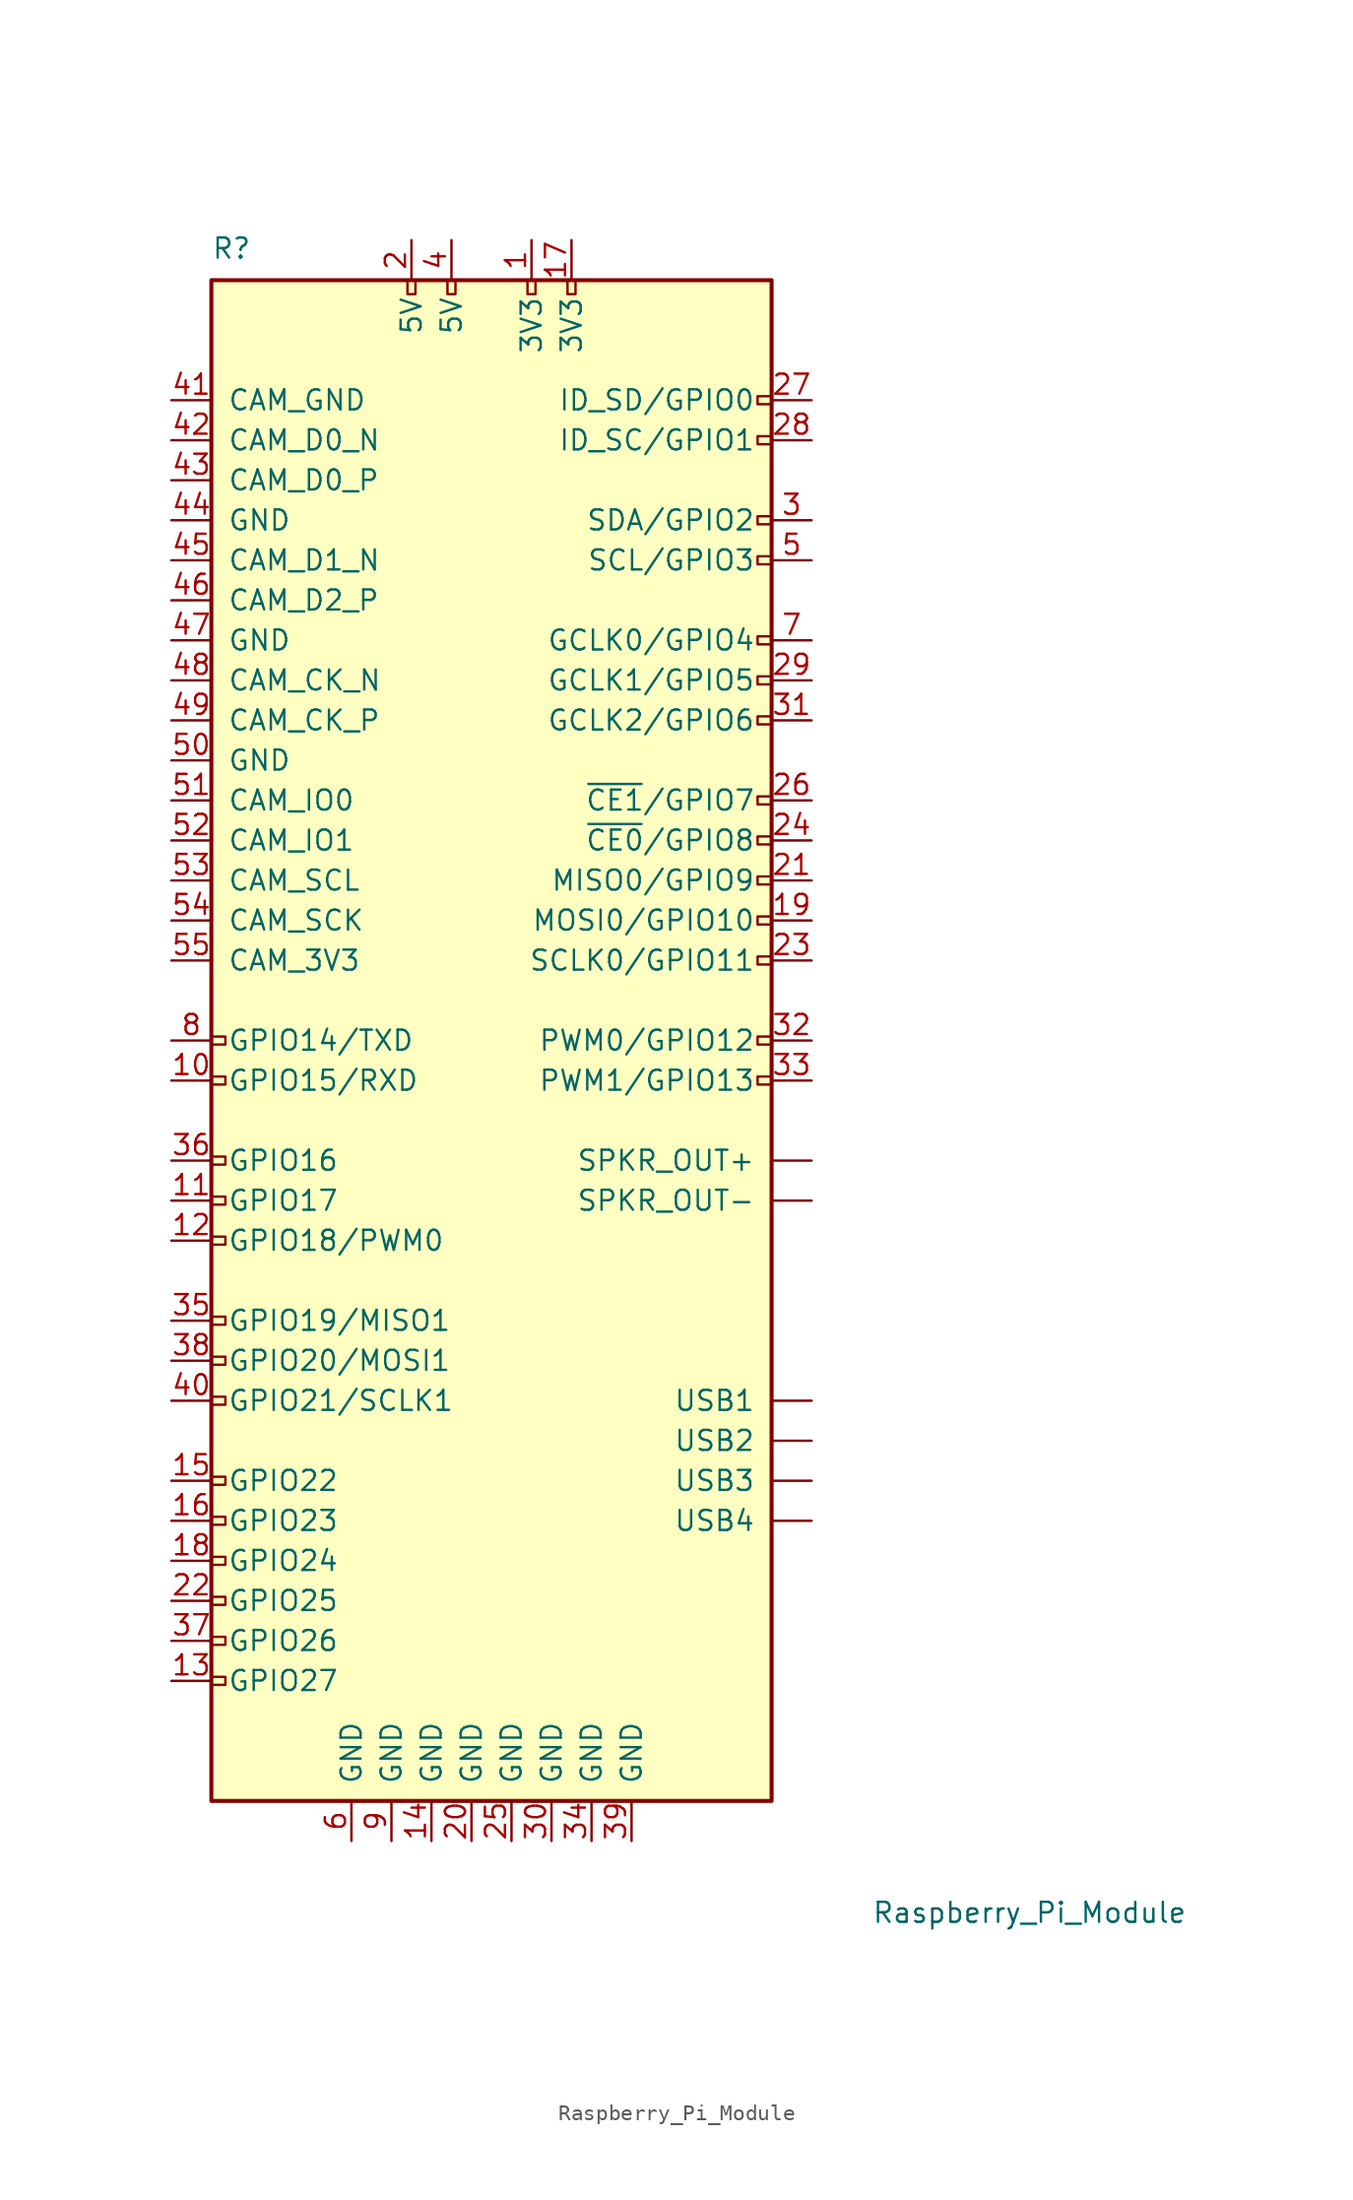
<source format=kicad_sym>
(kicad_symbol_lib
  (version 20220914)
  (generator kicad_symbol_editor)
  (symbol "Raspberry_Pi_Module"
    (pin_names
      (offset 1.016))
    (property "Reference" "R"
      (at -17.78 52.07 0)
      (effects (font (size 1.27 1.27)) (justify left bottom)))
    (property "Value" "Raspberry_Pi_Module"
      (at 24.13 -52.07 0)
      (effects (font (size 1.27 1.27)) (justify left top)))
    (symbol "Raspberry_Pi_Module_0_1"
      (rectangle (start -17.78 50.8) (end 17.78 -45.72) (stroke (width 0.254) (type default)) (fill (type background))))
    (symbol "Raspberry_Pi_Module_1_1"
      (rectangle (start -16.891 -37.846) (end -17.78 -38.354) (stroke (width 0) (type default)) (fill (type none)))
      (rectangle (start -16.891 -35.306) (end -17.78 -35.814) (stroke (width 0) (type default)) (fill (type none)))
      (rectangle (start -16.891 -32.766) (end -17.78 -33.274) (stroke (width 0) (type default)) (fill (type none)))
      (rectangle (start -16.891 -30.226) (end -17.78 -30.734) (stroke (width 0) (type default)) (fill (type none)))
      (rectangle (start -16.891 -27.686) (end -17.78 -28.194) (stroke (width 0) (type default)) (fill (type none)))
      (rectangle (start -16.891 -25.146) (end -17.78 -25.654) (stroke (width 0) (type default)) (fill (type none)))
      (rectangle (start -16.891 -20.066) (end -17.78 -20.574) (stroke (width 0) (type default)) (fill (type none)))
      (rectangle (start -16.891 -17.526) (end -17.78 -18.034) (stroke (width 0) (type default)) (fill (type none)))
      (rectangle (start -16.891 -14.986) (end -17.78 -15.494) (stroke (width 0) (type default)) (fill (type none)))
      (rectangle (start -16.891 -9.906) (end -17.78 -10.414) (stroke (width 0) (type default)) (fill (type none)))
      (rectangle (start -16.891 -7.366) (end -17.78 -7.874) (stroke (width 0) (type default)) (fill (type none)))
      (rectangle (start -16.891 -4.826) (end -17.78 -5.334) (stroke (width 0) (type default)) (fill (type none)))
      (rectangle (start -16.891 0.254) (end -17.78 -0.254) (stroke (width 0) (type default)) (fill (type none)))
      (rectangle (start -16.891 2.794) (end -17.78 2.286) (stroke (width 0) (type default)) (fill (type none)))
      (rectangle (start -5.334 50.8) (end -4.826 49.911) (stroke (width 0) (type default)) (fill (type none)))
      (rectangle (start -2.794 50.8) (end -2.286 49.911) (stroke (width 0) (type default)) (fill (type none)))
      (rectangle (start 2.286 50.8) (end 2.794 49.911) (stroke (width 0) (type default)) (fill (type none)))
      (rectangle (start 4.826 50.8) (end 5.334 49.911) (stroke (width 0) (type default)) (fill (type none)))
      (rectangle (start 17.78 0.254) (end 16.891 -0.254) (stroke (width 0) (type default)) (fill (type none)))
      (rectangle (start 17.78 2.794) (end 16.891 2.286) (stroke (width 0) (type default)) (fill (type none)))
      (rectangle (start 17.78 7.874) (end 16.891 7.366) (stroke (width 0) (type default)) (fill (type none)))
      (rectangle (start 17.78 10.414) (end 16.891 9.906) (stroke (width 0) (type default)) (fill (type none)))
      (rectangle (start 17.78 12.954) (end 16.891 12.446) (stroke (width 0) (type default)) (fill (type none)))
      (rectangle (start 17.78 15.494) (end 16.891 14.986) (stroke (width 0) (type default)) (fill (type none)))
      (rectangle (start 17.78 18.034) (end 16.891 17.526) (stroke (width 0) (type default)) (fill (type none)))
      (rectangle (start 17.78 23.114) (end 16.891 22.606) (stroke (width 0) (type default)) (fill (type none)))
      (rectangle (start 17.78 25.654) (end 16.891 25.146) (stroke (width 0) (type default)) (fill (type none)))
      (rectangle (start 17.78 28.194) (end 16.891 27.686) (stroke (width 0) (type default)) (fill (type none)))
      (rectangle (start 17.78 33.274) (end 16.891 32.766) (stroke (width 0) (type default)) (fill (type none)))
      (rectangle (start 17.78 35.814) (end 16.891 35.306) (stroke (width 0) (type default)) (fill (type none)))
      (rectangle (start 17.78 40.894) (end 16.891 40.386) (stroke (width 0) (type default)) (fill (type none)))
      (rectangle (start 17.78 43.434) (end 16.891 42.926) (stroke (width 0) (type default)) (fill (type none)))
      (pin input line (at 20.32 -5.08 180) (length 2.54) (name "SPKR_OUT+" (effects (font (size 1.27 1.27)))) (number "" (effects (font (size 1.27 1.27)))))
      (pin input line (at 20.32 -7.62 180) (length 2.54) (name "SPKR_OUT-" (effects (font (size 1.27 1.27)))) (number "" (effects (font (size 1.27 1.27)))))
      (pin input line (at 20.32 -20.32 180) (length 2.54) (name "USB1" (effects (font (size 1.27 1.27)))) (number "" (effects (font (size 1.27 1.27)))))
      (pin input line (at 20.32 -22.86 180) (length 2.54) (name "USB2" (effects (font (size 1.27 1.27)))) (number "" (effects (font (size 1.27 1.27)))))
      (pin input line (at 20.32 -25.4 180) (length 2.54) (name "USB3" (effects (font (size 1.27 1.27)))) (number "" (effects (font (size 1.27 1.27)))))
      (pin input line (at 20.32 -27.94 180) (length 2.54) (name "USB4" (effects (font (size 1.27 1.27)))) (number "" (effects (font (size 1.27 1.27)))))
      (pin power_in line (at 2.54 53.34 270) (length 2.54) (name "3V3" (effects (font (size 1.27 1.27)))) (number "1" (effects (font (size 1.27 1.27)))))
      (pin bidirectional line (at -20.32 0 0) (length 2.54) (name "GPIO15/RXD" (effects (font (size 1.27 1.27)))) (number "10" (effects (font (size 1.27 1.27)))))
      (pin bidirectional line (at -20.32 -7.62 0) (length 2.54) (name "GPIO17" (effects (font (size 1.27 1.27)))) (number "11" (effects (font (size 1.27 1.27)))))
      (pin bidirectional line (at -20.32 -10.16 0) (length 2.54) (name "GPIO18/PWM0" (effects (font (size 1.27 1.27)))) (number "12" (effects (font (size 1.27 1.27)))))
      (pin bidirectional line (at -20.32 -38.1 0) (length 2.54) (name "GPIO27" (effects (font (size 1.27 1.27)))) (number "13" (effects (font (size 1.27 1.27)))))
      (pin power_in line (at -3.81 -48.26 90) (length 2.54) (name "GND" (effects (font (size 1.27 1.27)))) (number "14" (effects (font (size 1.27 1.27)))))
      (pin bidirectional line (at -20.32 -25.4 0) (length 2.54) (name "GPIO22" (effects (font (size 1.27 1.27)))) (number "15" (effects (font (size 1.27 1.27)))))
      (pin bidirectional line (at -20.32 -27.94 0) (length 2.54) (name "GPIO23" (effects (font (size 1.27 1.27)))) (number "16" (effects (font (size 1.27 1.27)))))
      (pin power_in line (at 5.08 53.34 270) (length 2.54) (name "3V3" (effects (font (size 1.27 1.27)))) (number "17" (effects (font (size 1.27 1.27)))))
      (pin bidirectional line (at -20.32 -30.48 0) (length 2.54) (name "GPIO24" (effects (font (size 1.27 1.27)))) (number "18" (effects (font (size 1.27 1.27)))))
      (pin bidirectional line (at 20.32 10.16 180) (length 2.54) (name "MOSI0/GPIO10" (effects (font (size 1.27 1.27)))) (number "19" (effects (font (size 1.27 1.27)))))
      (pin power_in line (at -5.08 53.34 270) (length 2.54) (name "5V" (effects (font (size 1.27 1.27)))) (number "2" (effects (font (size 1.27 1.27)))))
      (pin power_in line (at -1.27 -48.26 90) (length 2.54) (name "GND" (effects (font (size 1.27 1.27)))) (number "20" (effects (font (size 1.27 1.27)))))
      (pin bidirectional line (at 20.32 12.7 180) (length 2.54) (name "MISO0/GPIO9" (effects (font (size 1.27 1.27)))) (number "21" (effects (font (size 1.27 1.27)))))
      (pin bidirectional line (at -20.32 -33.02 0) (length 2.54) (name "GPIO25" (effects (font (size 1.27 1.27)))) (number "22" (effects (font (size 1.27 1.27)))))
      (pin bidirectional line (at 20.32 7.62 180) (length 2.54) (name "SCLK0/GPIO11" (effects (font (size 1.27 1.27)))) (number "23" (effects (font (size 1.27 1.27)))))
      (pin bidirectional line (at 20.32 15.24 180) (length 2.54) (name "~{CE0}/GPIO8" (effects (font (size 1.27 1.27)))) (number "24" (effects (font (size 1.27 1.27)))))
      (pin power_in line (at 1.27 -48.26 90) (length 2.54) (name "GND" (effects (font (size 1.27 1.27)))) (number "25" (effects (font (size 1.27 1.27)))))
      (pin bidirectional line (at 20.32 17.78 180) (length 2.54) (name "~{CE1}/GPIO7" (effects (font (size 1.27 1.27)))) (number "26" (effects (font (size 1.27 1.27)))))
      (pin bidirectional line (at 20.32 43.18 180) (length 2.54) (name "ID_SD/GPIO0" (effects (font (size 1.27 1.27)))) (number "27" (effects (font (size 1.27 1.27)))))
      (pin bidirectional line (at 20.32 40.64 180) (length 2.54) (name "ID_SC/GPIO1" (effects (font (size 1.27 1.27)))) (number "28" (effects (font (size 1.27 1.27)))))
      (pin bidirectional line (at 20.32 25.4 180) (length 2.54) (name "GCLK1/GPIO5" (effects (font (size 1.27 1.27)))) (number "29" (effects (font (size 1.27 1.27)))))
      (pin bidirectional line (at 20.32 35.56 180) (length 2.54) (name "SDA/GPIO2" (effects (font (size 1.27 1.27)))) (number "3" (effects (font (size 1.27 1.27)))))
      (pin power_in line (at 3.81 -48.26 90) (length 2.54) (name "GND" (effects (font (size 1.27 1.27)))) (number "30" (effects (font (size 1.27 1.27)))))
      (pin bidirectional line (at 20.32 22.86 180) (length 2.54) (name "GCLK2/GPIO6" (effects (font (size 1.27 1.27)))) (number "31" (effects (font (size 1.27 1.27)))))
      (pin bidirectional line (at 20.32 2.54 180) (length 2.54) (name "PWM0/GPIO12" (effects (font (size 1.27 1.27)))) (number "32" (effects (font (size 1.27 1.27)))))
      (pin bidirectional line (at 20.32 0 180) (length 2.54) (name "PWM1/GPIO13" (effects (font (size 1.27 1.27)))) (number "33" (effects (font (size 1.27 1.27)))))
      (pin power_in line (at 6.35 -48.26 90) (length 2.54) (name "GND" (effects (font (size 1.27 1.27)))) (number "34" (effects (font (size 1.27 1.27)))))
      (pin bidirectional line (at -20.32 -15.24 0) (length 2.54) (name "GPIO19/MISO1" (effects (font (size 1.27 1.27)))) (number "35" (effects (font (size 1.27 1.27)))))
      (pin bidirectional line (at -20.32 -5.08 0) (length 2.54) (name "GPIO16" (effects (font (size 1.27 1.27)))) (number "36" (effects (font (size 1.27 1.27)))))
      (pin bidirectional line (at -20.32 -35.56 0) (length 2.54) (name "GPIO26" (effects (font (size 1.27 1.27)))) (number "37" (effects (font (size 1.27 1.27)))))
      (pin bidirectional line (at -20.32 -17.78 0) (length 2.54) (name "GPIO20/MOSI1" (effects (font (size 1.27 1.27)))) (number "38" (effects (font (size 1.27 1.27)))))
      (pin power_in line (at 8.89 -48.26 90) (length 2.54) (name "GND" (effects (font (size 1.27 1.27)))) (number "39" (effects (font (size 1.27 1.27)))))
      (pin power_in line (at -2.54 53.34 270) (length 2.54) (name "5V" (effects (font (size 1.27 1.27)))) (number "4" (effects (font (size 1.27 1.27)))))
      (pin bidirectional line (at -20.32 -20.32 0) (length 2.54) (name "GPIO21/SCLK1" (effects (font (size 1.27 1.27)))) (number "40" (effects (font (size 1.27 1.27)))))
      (pin input line (at -20.32 43.18 0) (length 2.54) (name "CAM_GND" (effects (font (size 1.27 1.27)))) (number "41" (effects (font (size 1.27 1.27)))))
      (pin input line (at -20.32 40.64 0) (length 2.54) (name "CAM_D0_N" (effects (font (size 1.27 1.27)))) (number "42" (effects (font (size 1.27 1.27)))))
      (pin input line (at -20.32 38.1 0) (length 2.54) (name "CAM_D0_P" (effects (font (size 1.27 1.27)))) (number "43" (effects (font (size 1.27 1.27)))))
      (pin input line (at -20.32 35.56 0) (length 2.54) (name "GND" (effects (font (size 1.27 1.27)))) (number "44" (effects (font (size 1.27 1.27)))))
      (pin input line (at -20.32 33.02 0) (length 2.54) (name "CAM_D1_N" (effects (font (size 1.27 1.27)))) (number "45" (effects (font (size 1.27 1.27)))))
      (pin input line (at -20.32 30.48 0) (length 2.54) (name "CAM_D2_P" (effects (font (size 1.27 1.27)))) (number "46" (effects (font (size 1.27 1.27)))))
      (pin input line (at -20.32 27.94 0) (length 2.54) (name "GND" (effects (font (size 1.27 1.27)))) (number "47" (effects (font (size 1.27 1.27)))))
      (pin input line (at -20.32 25.4 0) (length 2.54) (name "CAM_CK_N" (effects (font (size 1.27 1.27)))) (number "48" (effects (font (size 1.27 1.27)))))
      (pin input line (at -20.32 22.86 0) (length 2.54) (name "CAM_CK_P" (effects (font (size 1.27 1.27)))) (number "49" (effects (font (size 1.27 1.27)))))
      (pin bidirectional line (at 20.32 33.02 180) (length 2.54) (name "SCL/GPIO3" (effects (font (size 1.27 1.27)))) (number "5" (effects (font (size 1.27 1.27)))))
      (pin input line (at -20.32 20.32 0) (length 2.54) (name "GND" (effects (font (size 1.27 1.27)))) (number "50" (effects (font (size 1.27 1.27)))))
      (pin input line (at -20.32 17.78 0) (length 2.54) (name "CAM_IO0" (effects (font (size 1.27 1.27)))) (number "51" (effects (font (size 1.27 1.27)))))
      (pin input line (at -20.32 15.24 0) (length 2.54) (name "CAM_IO1" (effects (font (size 1.27 1.27)))) (number "52" (effects (font (size 1.27 1.27)))))
      (pin input line (at -20.32 12.7 0) (length 2.54) (name "CAM_SCL" (effects (font (size 1.27 1.27)))) (number "53" (effects (font (size 1.27 1.27)))))
      (pin input line (at -20.32 10.16 0) (length 2.54) (name "CAM_SCK" (effects (font (size 1.27 1.27)))) (number "54" (effects (font (size 1.27 1.27)))))
      (pin input line (at -20.32 7.62 0) (length 2.54) (name "CAM_3V3" (effects (font (size 1.27 1.27)))) (number "55" (effects (font (size 1.27 1.27)))))
      (pin power_in line (at -8.89 -48.26 90) (length 2.54) (name "GND" (effects (font (size 1.27 1.27)))) (number "6" (effects (font (size 1.27 1.27)))))
      (pin bidirectional line (at 20.32 27.94 180) (length 2.54) (name "GCLK0/GPIO4" (effects (font (size 1.27 1.27)))) (number "7" (effects (font (size 1.27 1.27)))))
      (pin bidirectional line (at -20.32 2.54 0) (length 2.54) (name "GPIO14/TXD" (effects (font (size 1.27 1.27)))) (number "8" (effects (font (size 1.27 1.27)))))
      (pin power_in line (at -6.35 -48.26 90) (length 2.54) (name "GND" (effects (font (size 1.27 1.27)))) (number "9" (effects (font (size 1.27 1.27))))))))
</source>
